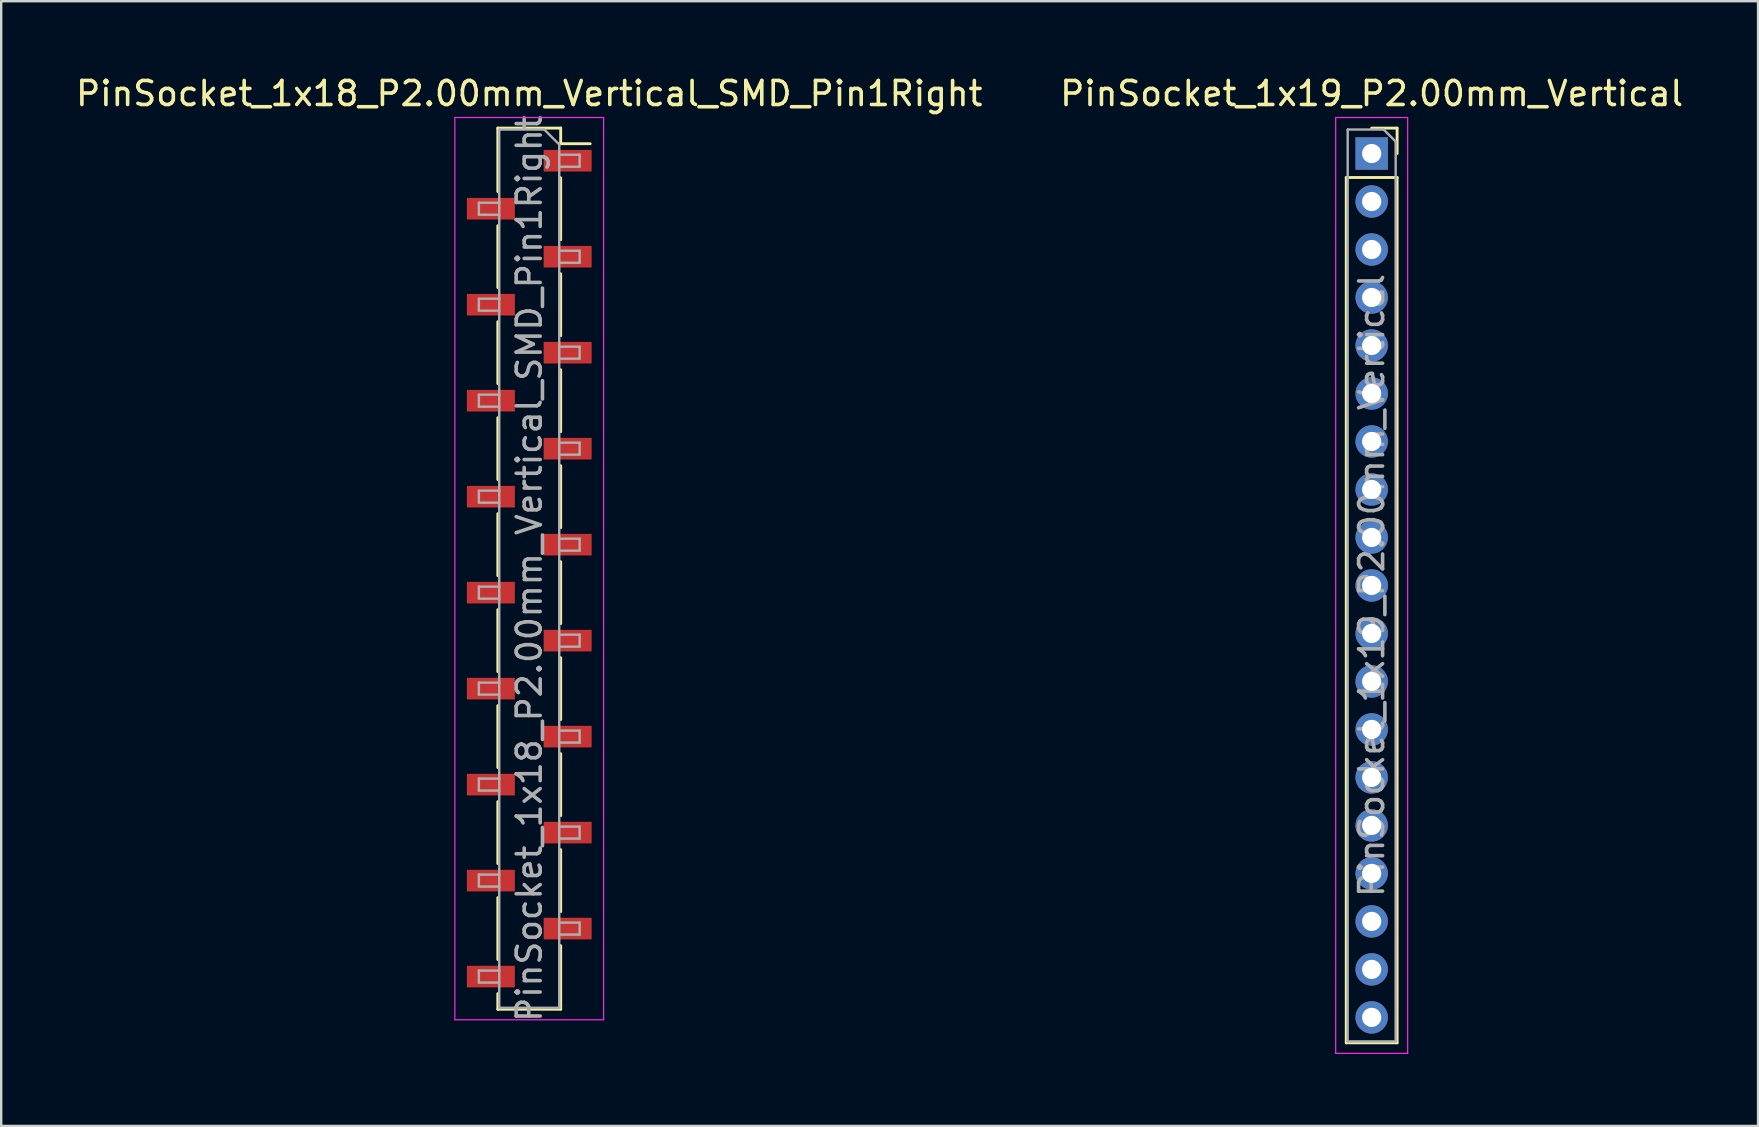
<source format=kicad_pcb>
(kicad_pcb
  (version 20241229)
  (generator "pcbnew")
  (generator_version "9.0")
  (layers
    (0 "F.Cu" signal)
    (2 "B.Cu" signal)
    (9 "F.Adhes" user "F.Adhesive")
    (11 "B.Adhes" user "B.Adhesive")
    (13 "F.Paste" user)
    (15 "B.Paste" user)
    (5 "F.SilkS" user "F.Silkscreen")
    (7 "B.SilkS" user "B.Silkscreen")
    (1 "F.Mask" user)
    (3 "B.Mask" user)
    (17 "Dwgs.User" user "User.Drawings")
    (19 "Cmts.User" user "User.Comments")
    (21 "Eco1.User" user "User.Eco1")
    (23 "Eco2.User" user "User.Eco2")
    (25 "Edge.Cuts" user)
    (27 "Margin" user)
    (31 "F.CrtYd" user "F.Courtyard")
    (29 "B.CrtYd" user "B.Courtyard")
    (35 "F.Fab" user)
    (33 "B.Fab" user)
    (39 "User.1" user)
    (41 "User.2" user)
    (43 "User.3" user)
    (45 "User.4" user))
  (footprint "PinSocket_1x18_P2.00mm_Vertical_SMD_Pin1Right"
    (layer "F.Cu")
    (at 19.006 20.648)
    (property "Reference" "PinSocket_1x18_P2.00mm_Vertical_SMD_Pin1Right" (at 0 -19.8 0) (layer "F.SilkS") (effects (font (size 1 1) (thickness 0.15))))
    (attr smd)
    (fp_line (start -1.31 -18.36) (end -1.31 -15.71) (stroke (width 0.12) (type solid)) (layer "F.SilkS"))
    (fp_line (start -1.31 -18.36) (end 1.31 -18.36) (stroke (width 0.12) (type solid)) (layer "F.SilkS"))
    (fp_line (start -1.31 -14.29) (end -1.31 -11.71) (stroke (width 0.12) (type solid)) (layer "F.SilkS"))
    (fp_line (start -1.31 -10.29) (end -1.31 -7.71) (stroke (width 0.12) (type solid)) (layer "F.SilkS"))
    (fp_line (start -1.31 -6.29) (end -1.31 -3.71) (stroke (width 0.12) (type solid)) (layer "F.SilkS"))
    (fp_line (start -1.31 -2.29) (end -1.31 0.29) (stroke (width 0.12) (type solid)) (layer "F.SilkS"))
    (fp_line (start -1.31 1.71) (end -1.31 4.29) (stroke (width 0.12) (type solid)) (layer "F.SilkS"))
    (fp_line (start -1.31 5.71) (end -1.31 8.29) (stroke (width 0.12) (type solid)) (layer "F.SilkS"))
    (fp_line (start -1.31 9.71) (end -1.31 12.29) (stroke (width 0.12) (type solid)) (layer "F.SilkS"))
    (fp_line (start -1.31 13.71) (end -1.31 16.29) (stroke (width 0.12) (type solid)) (layer "F.SilkS"))
    (fp_line (start -1.31 17.71) (end -1.31 18.36) (stroke (width 0.12) (type solid)) (layer "F.SilkS"))
    (fp_line (start -1.31 18.36) (end 1.31 18.36) (stroke (width 0.12) (type solid)) (layer "F.SilkS"))
    (fp_line (start 1.31 -18.36) (end 1.31 -17.71) (stroke (width 0.12) (type solid)) (layer "F.SilkS"))
    (fp_line (start 1.31 -17.71) (end 2.54 -17.71) (stroke (width 0.12) (type solid)) (layer "F.SilkS"))
    (fp_line (start 1.31 -16.29) (end 1.31 -13.71) (stroke (width 0.12) (type solid)) (layer "F.SilkS"))
    (fp_line (start 1.31 -12.29) (end 1.31 -9.71) (stroke (width 0.12) (type solid)) (layer "F.SilkS"))
    (fp_line (start 1.31 -8.29) (end 1.31 -5.71) (stroke (width 0.12) (type solid)) (layer "F.SilkS"))
    (fp_line (start 1.31 -4.29) (end 1.31 -1.71) (stroke (width 0.12) (type solid)) (layer "F.SilkS"))
    (fp_line (start 1.31 -0.29) (end 1.31 2.29) (stroke (width 0.12) (type solid)) (layer "F.SilkS"))
    (fp_line (start 1.31 3.71) (end 1.31 6.29) (stroke (width 0.12) (type solid)) (layer "F.SilkS"))
    (fp_line (start 1.31 7.71) (end 1.31 10.29) (stroke (width 0.12) (type solid)) (layer "F.SilkS"))
    (fp_line (start 1.31 11.71) (end 1.31 14.29) (stroke (width 0.12) (type solid)) (layer "F.SilkS"))
    (fp_line (start 1.31 15.71) (end 1.31 18.36) (stroke (width 0.12) (type solid)) (layer "F.SilkS"))
    (fp_line (start -3.1 -18.8) (end 3.1 -18.8) (stroke (width 0.05) (type solid)) (layer "F.CrtYd"))
    (fp_line (start -3.1 18.8) (end -3.1 -18.8) (stroke (width 0.05) (type solid)) (layer "F.CrtYd"))
    (fp_line (start 3.1 -18.8) (end 3.1 18.8) (stroke (width 0.05) (type solid)) (layer "F.CrtYd"))
    (fp_line (start 3.1 18.8) (end -3.1 18.8) (stroke (width 0.05) (type solid)) (layer "F.CrtYd"))
    (fp_line (start -2.1 -15.25) (end -1.25 -15.25) (stroke (width 0.1) (type solid)) (layer "F.Fab"))
    (fp_line (start -2.1 -14.75) (end -2.1 -15.25) (stroke (width 0.1) (type solid)) (layer "F.Fab"))
    (fp_line (start -2.1 -11.25) (end -1.25 -11.25) (stroke (width 0.1) (type solid)) (layer "F.Fab"))
    (fp_line (start -2.1 -10.75) (end -2.1 -11.25) (stroke (width 0.1) (type solid)) (layer "F.Fab"))
    (fp_line (start -2.1 -7.25) (end -1.25 -7.25) (stroke (width 0.1) (type solid)) (layer "F.Fab"))
    (fp_line (start -2.1 -6.75) (end -2.1 -7.25) (stroke (width 0.1) (type solid)) (layer "F.Fab"))
    (fp_line (start -2.1 -3.25) (end -1.25 -3.25) (stroke (width 0.1) (type solid)) (layer "F.Fab"))
    (fp_line (start -2.1 -2.75) (end -2.1 -3.25) (stroke (width 0.1) (type solid)) (layer "F.Fab"))
    (fp_line (start -2.1 0.75) (end -1.25 0.75) (stroke (width 0.1) (type solid)) (layer "F.Fab"))
    (fp_line (start -2.1 1.25) (end -2.1 0.75) (stroke (width 0.1) (type solid)) (layer "F.Fab"))
    (fp_line (start -2.1 4.75) (end -1.25 4.75) (stroke (width 0.1) (type solid)) (layer "F.Fab"))
    (fp_line (start -2.1 5.25) (end -2.1 4.75) (stroke (width 0.1) (type solid)) (layer "F.Fab"))
    (fp_line (start -2.1 8.75) (end -1.25 8.75) (stroke (width 0.1) (type solid)) (layer "F.Fab"))
    (fp_line (start -2.1 9.25) (end -2.1 8.75) (stroke (width 0.1) (type solid)) (layer "F.Fab"))
    (fp_line (start -2.1 12.75) (end -1.25 12.75) (stroke (width 0.1) (type solid)) (layer "F.Fab"))
    (fp_line (start -2.1 13.25) (end -2.1 12.75) (stroke (width 0.1) (type solid)) (layer "F.Fab"))
    (fp_line (start -2.1 16.75) (end -1.25 16.75) (stroke (width 0.1) (type solid)) (layer "F.Fab"))
    (fp_line (start -2.1 17.25) (end -2.1 16.75) (stroke (width 0.1) (type solid)) (layer "F.Fab"))
    (fp_line (start -1.25 -18.3) (end 0.625 -18.3) (stroke (width 0.1) (type solid)) (layer "F.Fab"))
    (fp_line (start -1.25 -14.75) (end -2.1 -14.75) (stroke (width 0.1) (type solid)) (layer "F.Fab"))
    (fp_line (start -1.25 -10.75) (end -2.1 -10.75) (stroke (width 0.1) (type solid)) (layer "F.Fab"))
    (fp_line (start -1.25 -6.75) (end -2.1 -6.75) (stroke (width 0.1) (type solid)) (layer "F.Fab"))
    (fp_line (start -1.25 -2.75) (end -2.1 -2.75) (stroke (width 0.1) (type solid)) (layer "F.Fab"))
    (fp_line (start -1.25 1.25) (end -2.1 1.25) (stroke (width 0.1) (type solid)) (layer "F.Fab"))
    (fp_line (start -1.25 5.25) (end -2.1 5.25) (stroke (width 0.1) (type solid)) (layer "F.Fab"))
    (fp_line (start -1.25 9.25) (end -2.1 9.25) (stroke (width 0.1) (type solid)) (layer "F.Fab"))
    (fp_line (start -1.25 13.25) (end -2.1 13.25) (stroke (width 0.1) (type solid)) (layer "F.Fab"))
    (fp_line (start -1.25 17.25) (end -2.1 17.25) (stroke (width 0.1) (type solid)) (layer "F.Fab"))
    (fp_line (start -1.25 18.3) (end -1.25 -18.3) (stroke (width 0.1) (type solid)) (layer "F.Fab"))
    (fp_line (start 0.625 -18.3) (end 1.25 -17.675) (stroke (width 0.1) (type solid)) (layer "F.Fab"))
    (fp_line (start 1.25 -17.675) (end 1.25 18.3) (stroke (width 0.1) (type solid)) (layer "F.Fab"))
    (fp_line (start 1.25 -17.25) (end 2.1 -17.25) (stroke (width 0.1) (type solid)) (layer "F.Fab"))
    (fp_line (start 1.25 -13.25) (end 2.1 -13.25) (stroke (width 0.1) (type solid)) (layer "F.Fab"))
    (fp_line (start 1.25 -9.25) (end 2.1 -9.25) (stroke (width 0.1) (type solid)) (layer "F.Fab"))
    (fp_line (start 1.25 -5.25) (end 2.1 -5.25) (stroke (width 0.1) (type solid)) (layer "F.Fab"))
    (fp_line (start 1.25 -1.25) (end 2.1 -1.25) (stroke (width 0.1) (type solid)) (layer "F.Fab"))
    (fp_line (start 1.25 2.75) (end 2.1 2.75) (stroke (width 0.1) (type solid)) (layer "F.Fab"))
    (fp_line (start 1.25 6.75) (end 2.1 6.75) (stroke (width 0.1) (type solid)) (layer "F.Fab"))
    (fp_line (start 1.25 10.75) (end 2.1 10.75) (stroke (width 0.1) (type solid)) (layer "F.Fab"))
    (fp_line (start 1.25 14.75) (end 2.1 14.75) (stroke (width 0.1) (type solid)) (layer "F.Fab"))
    (fp_line (start 1.25 18.3) (end -1.25 18.3) (stroke (width 0.1) (type solid)) (layer "F.Fab"))
    (fp_line (start 2.1 -17.25) (end 2.1 -16.75) (stroke (width 0.1) (type solid)) (layer "F.Fab"))
    (fp_line (start 2.1 -16.75) (end 1.25 -16.75) (stroke (width 0.1) (type solid)) (layer "F.Fab"))
    (fp_line (start 2.1 -13.25) (end 2.1 -12.75) (stroke (width 0.1) (type solid)) (layer "F.Fab"))
    (fp_line (start 2.1 -12.75) (end 1.25 -12.75) (stroke (width 0.1) (type solid)) (layer "F.Fab"))
    (fp_line (start 2.1 -9.25) (end 2.1 -8.75) (stroke (width 0.1) (type solid)) (layer "F.Fab"))
    (fp_line (start 2.1 -8.75) (end 1.25 -8.75) (stroke (width 0.1) (type solid)) (layer "F.Fab"))
    (fp_line (start 2.1 -5.25) (end 2.1 -4.75) (stroke (width 0.1) (type solid)) (layer "F.Fab"))
    (fp_line (start 2.1 -4.75) (end 1.25 -4.75) (stroke (width 0.1) (type solid)) (layer "F.Fab"))
    (fp_line (start 2.1 -1.25) (end 2.1 -0.75) (stroke (width 0.1) (type solid)) (layer "F.Fab"))
    (fp_line (start 2.1 -0.75) (end 1.25 -0.75) (stroke (width 0.1) (type solid)) (layer "F.Fab"))
    (fp_line (start 2.1 2.75) (end 2.1 3.25) (stroke (width 0.1) (type solid)) (layer "F.Fab"))
    (fp_line (start 2.1 3.25) (end 1.25 3.25) (stroke (width 0.1) (type solid)) (layer "F.Fab"))
    (fp_line (start 2.1 6.75) (end 2.1 7.25) (stroke (width 0.1) (type solid)) (layer "F.Fab"))
    (fp_line (start 2.1 7.25) (end 1.25 7.25) (stroke (width 0.1) (type solid)) (layer "F.Fab"))
    (fp_line (start 2.1 10.75) (end 2.1 11.25) (stroke (width 0.1) (type solid)) (layer "F.Fab"))
    (fp_line (start 2.1 11.25) (end 1.25 11.25) (stroke (width 0.1) (type solid)) (layer "F.Fab"))
    (fp_line (start 2.1 14.75) (end 2.1 15.25) (stroke (width 0.1) (type solid)) (layer "F.Fab"))
    (fp_line (start 2.1 15.25) (end 1.25 15.25) (stroke (width 0.1) (type solid)) (layer "F.Fab"))
    (fp_text user "${REFERENCE}" (at 0 0 90) (layer "F.Fab") (effects (font (size 1 1) (thickness 0.15))))
    (pad "1" smd rect (at 1.6 -17) (size 2 0.9) (layers "F.Cu" "F.Mask" "F.Paste"))
    (pad "2" smd rect (at -1.6 -15) (size 2 0.9) (layers "F.Cu" "F.Mask" "F.Paste"))
    (pad "3" smd rect (at 1.6 -13) (size 2 0.9) (layers "F.Cu" "F.Mask" "F.Paste"))
    (pad "4" smd rect (at -1.6 -11) (size 2 0.9) (layers "F.Cu" "F.Mask" "F.Paste"))
    (pad "5" smd rect (at 1.6 -9) (size 2 0.9) (layers "F.Cu" "F.Mask" "F.Paste"))
    (pad "6" smd rect (at -1.6 -7) (size 2 0.9) (layers "F.Cu" "F.Mask" "F.Paste"))
    (pad "7" smd rect (at 1.6 -5) (size 2 0.9) (layers "F.Cu" "F.Mask" "F.Paste"))
    (pad "8" smd rect (at -1.6 -3) (size 2 0.9) (layers "F.Cu" "F.Mask" "F.Paste"))
    (pad "9" smd rect (at 1.6 -1) (size 2 0.9) (layers "F.Cu" "F.Mask" "F.Paste"))
    (pad "10" smd rect (at -1.6 1) (size 2 0.9) (layers "F.Cu" "F.Mask" "F.Paste"))
    (pad "11" smd rect (at 1.6 3) (size 2 0.9) (layers "F.Cu" "F.Mask" "F.Paste"))
    (pad "12" smd rect (at -1.6 5) (size 2 0.9) (layers "F.Cu" "F.Mask" "F.Paste"))
    (pad "13" smd rect (at 1.6 7) (size 2 0.9) (layers "F.Cu" "F.Mask" "F.Paste"))
    (pad "14" smd rect (at -1.6 9) (size 2 0.9) (layers "F.Cu" "F.Mask" "F.Paste"))
    (pad "15" smd rect (at 1.6 11) (size 2 0.9) (layers "F.Cu" "F.Mask" "F.Paste"))
    (pad "16" smd rect (at -1.6 13) (size 2 0.9) (layers "F.Cu" "F.Mask" "F.Paste"))
    (pad "17" smd rect (at 1.6 15) (size 2 0.9) (layers "F.Cu" "F.Mask" "F.Paste"))
    (pad "18" smd rect (at -1.6 17) (size 2 0.9) (layers "F.Cu" "F.Mask" "F.Paste")))
  (footprint "PinSocket_1x19_P2.00mm_Vertical"
    (layer "F.Cu")
    (at 54.113 3.348)
    (property "Reference" "PinSocket_1x19_P2.00mm_Vertical" (at 0 -2.5 0) (layer "F.SilkS") (effects (font (size 1 1) (thickness 0.15))))
    (attr through_hole)
    (fp_line (start -1.06 1) (end -1.06 37.06) (stroke (width 0.12) (type solid)) (layer "F.SilkS"))
    (fp_line (start -1.06 1) (end 1.06 1) (stroke (width 0.12) (type solid)) (layer "F.SilkS"))
    (fp_line (start -1.06 37.06) (end 1.06 37.06) (stroke (width 0.12) (type solid)) (layer "F.SilkS"))
    (fp_line (start 0 -1.06) (end 1.06 -1.06) (stroke (width 0.12) (type solid)) (layer "F.SilkS"))
    (fp_line (start 1.06 -1.06) (end 1.06 0) (stroke (width 0.12) (type solid)) (layer "F.SilkS"))
    (fp_line (start 1.06 1) (end 1.06 37.06) (stroke (width 0.12) (type solid)) (layer "F.SilkS"))
    (fp_line (start -1.5 -1.5) (end 1.5 -1.5) (stroke (width 0.05) (type solid)) (layer "F.CrtYd"))
    (fp_line (start -1.5 37.5) (end -1.5 -1.5) (stroke (width 0.05) (type solid)) (layer "F.CrtYd"))
    (fp_line (start 1.5 -1.5) (end 1.5 37.5) (stroke (width 0.05) (type solid)) (layer "F.CrtYd"))
    (fp_line (start 1.5 37.5) (end -1.5 37.5) (stroke (width 0.05) (type solid)) (layer "F.CrtYd"))
    (fp_line (start -1 -1) (end 0.5 -1) (stroke (width 0.1) (type solid)) (layer "F.Fab"))
    (fp_line (start -1 37) (end -1 -1) (stroke (width 0.1) (type solid)) (layer "F.Fab"))
    (fp_line (start 0.5 -1) (end 1 -0.5) (stroke (width 0.1) (type solid)) (layer "F.Fab"))
    (fp_line (start 1 -0.5) (end 1 37) (stroke (width 0.1) (type solid)) (layer "F.Fab"))
    (fp_line (start 1 37) (end -1 37) (stroke (width 0.1) (type solid)) (layer "F.Fab"))
    (fp_text user "${REFERENCE}" (at 0 18 90) (layer "F.Fab") (effects (font (size 1 1) (thickness 0.15))))
    (pad "1" thru_hole rect (at 0 0) (size 1.35 1.35) (drill 0.8) (layers "*.Cu" "*.Mask"))
    (pad "2" thru_hole oval (at 0 2) (size 1.35 1.35) (drill 0.8) (layers "*.Cu" "*.Mask"))
    (pad "3" thru_hole oval (at 0 4) (size 1.35 1.35) (drill 0.8) (layers "*.Cu" "*.Mask"))
    (pad "4" thru_hole oval (at 0 6) (size 1.35 1.35) (drill 0.8) (layers "*.Cu" "*.Mask"))
    (pad "5" thru_hole oval (at 0 8) (size 1.35 1.35) (drill 0.8) (layers "*.Cu" "*.Mask"))
    (pad "6" thru_hole oval (at 0 10) (size 1.35 1.35) (drill 0.8) (layers "*.Cu" "*.Mask"))
    (pad "7" thru_hole oval (at 0 12) (size 1.35 1.35) (drill 0.8) (layers "*.Cu" "*.Mask"))
    (pad "8" thru_hole oval (at 0 14) (size 1.35 1.35) (drill 0.8) (layers "*.Cu" "*.Mask"))
    (pad "9" thru_hole oval (at 0 16) (size 1.35 1.35) (drill 0.8) (layers "*.Cu" "*.Mask"))
    (pad "10" thru_hole oval (at 0 18) (size 1.35 1.35) (drill 0.8) (layers "*.Cu" "*.Mask"))
    (pad "11" thru_hole oval (at 0 20) (size 1.35 1.35) (drill 0.8) (layers "*.Cu" "*.Mask"))
    (pad "12" thru_hole oval (at 0 22) (size 1.35 1.35) (drill 0.8) (layers "*.Cu" "*.Mask"))
    (pad "13" thru_hole oval (at 0 24) (size 1.35 1.35) (drill 0.8) (layers "*.Cu" "*.Mask"))
    (pad "14" thru_hole oval (at 0 26) (size 1.35 1.35) (drill 0.8) (layers "*.Cu" "*.Mask"))
    (pad "15" thru_hole oval (at 0 28) (size 1.35 1.35) (drill 0.8) (layers "*.Cu" "*.Mask"))
    (pad "16" thru_hole oval (at 0 30) (size 1.35 1.35) (drill 0.8) (layers "*.Cu" "*.Mask"))
    (pad "17" thru_hole oval (at 0 32) (size 1.35 1.35) (drill 0.8) (layers "*.Cu" "*.Mask"))
    (pad "18" thru_hole oval (at 0 34) (size 1.35 1.35) (drill 0.8) (layers "*.Cu" "*.Mask"))
    (pad "19" thru_hole oval (at 0 36) (size 1.35 1.35) (drill 0.8) (layers "*.Cu" "*.Mask")))
  (gr_rect
    (start -3 -3)
    (end 70.214 43.873)
    (stroke (width 0.1) (type default))
    (fill no)
    (layer "Edge.Cuts")))
</source>
